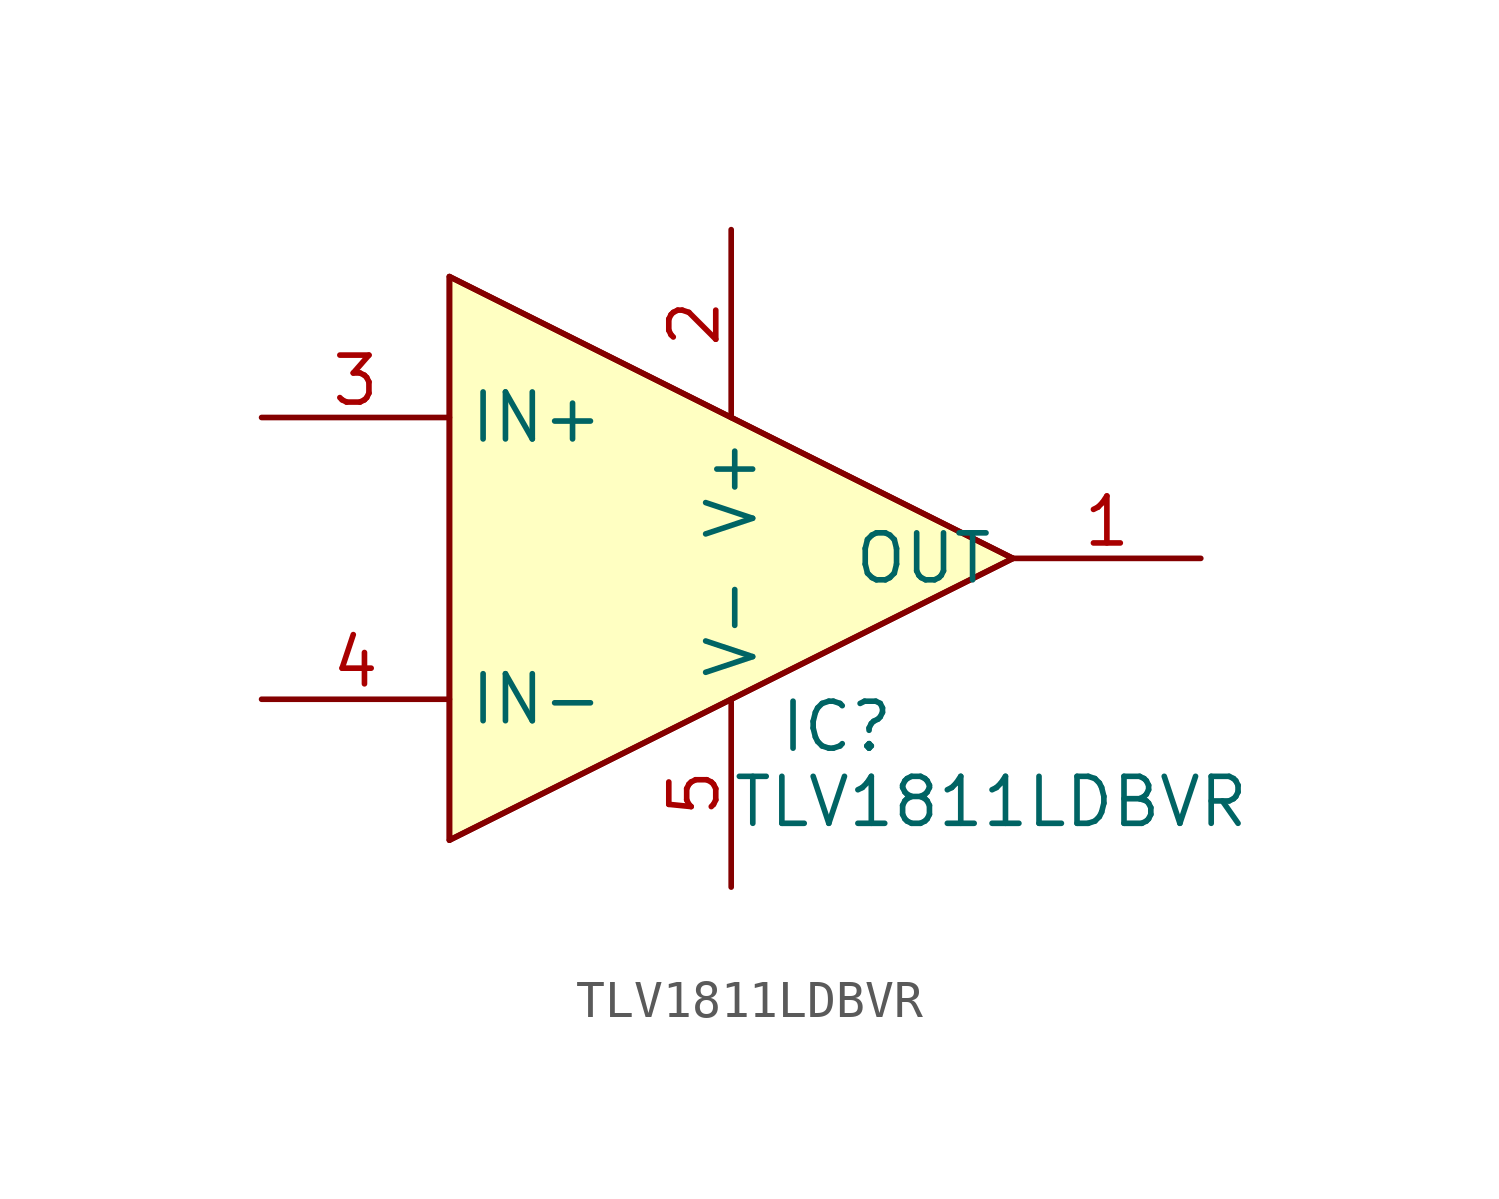
<source format=kicad_sym>
(kicad_symbol_lib
  (version 20231120)
  (generator "kicad_symbol_editor")
  (generator_version "8.0")
  (symbol "TLV1811LDBVR"
    (property "Reference" "IC"
      (at 1.27 -3.81 0)
      (effects (font (size 1.27 1.27)) (justify left top)))
    (property "Value" "TLV1811LDBVR"
      (at 0 -5.842 0)
      (effects (font (size 1.27 1.27)) (justify left top)))
    (symbol "TLV1811LDBVR_0_1"
      (polyline (pts (xy -7.62 -7.62) (xy 7.62 0)) (stroke (width 0) (type default)) (fill (type none)))
      (polyline (pts (xy -7.62 7.62) (xy -7.62 -7.62)) (stroke (width 0) (type default)) (fill (type none))))
    (symbol "TLV1811LDBVR_1_1"
      (polyline (pts (xy 7.62 0) (xy -7.62 7.62)) (stroke (width 0) (type default)) (fill (type background)))
      (polyline (pts (xy 7.62 0) (xy -7.62 -7.62) (xy -7.62 7.62) (xy 7.62 0)) (stroke (width 0) (type default)) (fill (type background)))
      (pin passive line (at 12.7 0 180) (length 5.08) (name "OUT" (effects (font (size 1.27 1.27)))) (number "1" (effects (font (size 1.27 1.27)))))
      (pin passive line (at 0 8.89 270) (length 5.08) (name "V+" (effects (font (size 1.27 1.27)))) (number "2" (effects (font (size 1.27 1.27)))))
      (pin passive line (at -12.7 3.81 0) (length 5.08) (name "IN+" (effects (font (size 1.27 1.27)))) (number "3" (effects (font (size 1.27 1.27)))))
      (pin passive line (at -12.7 -3.81 0) (length 5.08) (name "IN-" (effects (font (size 1.27 1.27)))) (number "4" (effects (font (size 1.27 1.27)))))
      (pin passive line (at 0 -8.89 90) (length 5.08) (name "V-" (effects (font (size 1.27 1.27)))) (number "5" (effects (font (size 1.27 1.27))))))))
</source>
